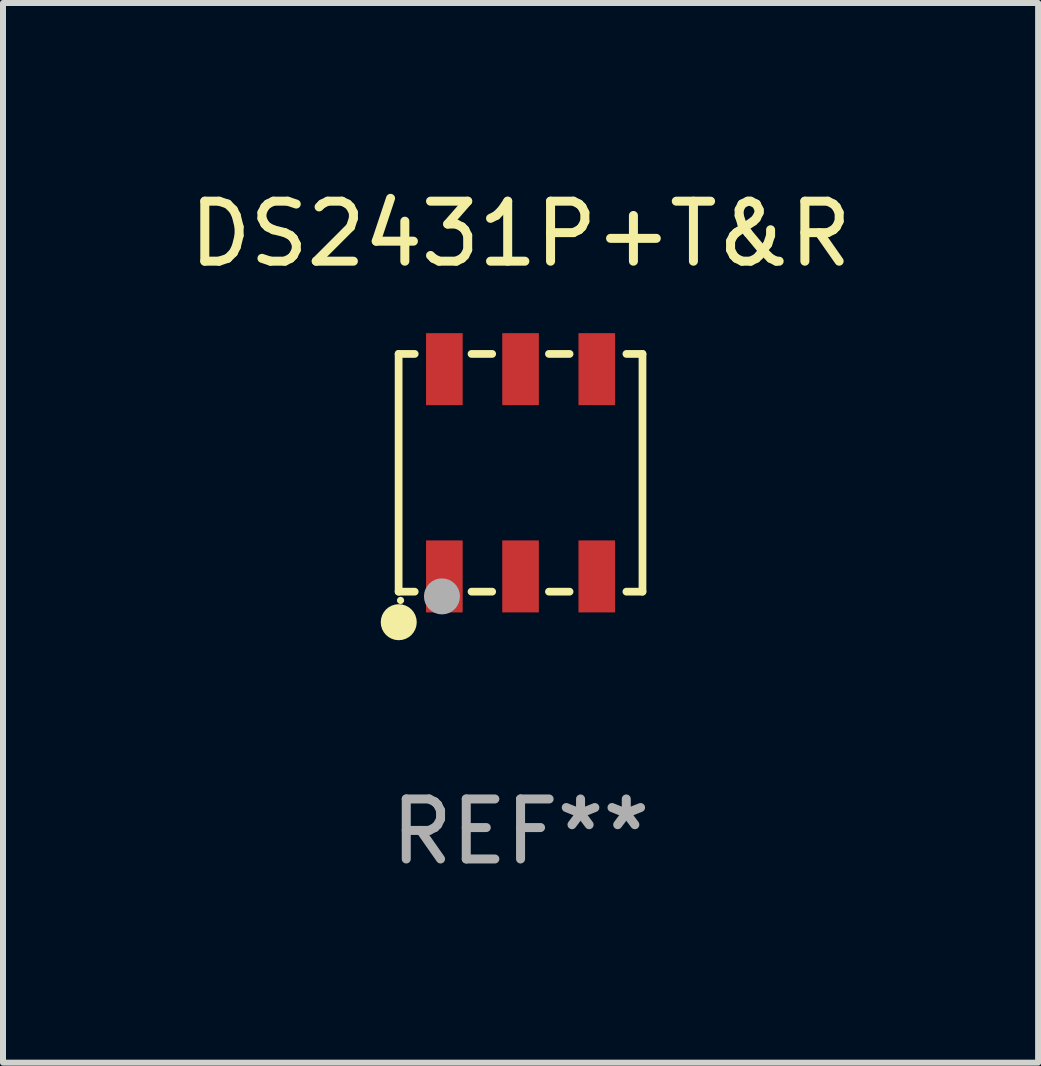
<source format=kicad_pcb>
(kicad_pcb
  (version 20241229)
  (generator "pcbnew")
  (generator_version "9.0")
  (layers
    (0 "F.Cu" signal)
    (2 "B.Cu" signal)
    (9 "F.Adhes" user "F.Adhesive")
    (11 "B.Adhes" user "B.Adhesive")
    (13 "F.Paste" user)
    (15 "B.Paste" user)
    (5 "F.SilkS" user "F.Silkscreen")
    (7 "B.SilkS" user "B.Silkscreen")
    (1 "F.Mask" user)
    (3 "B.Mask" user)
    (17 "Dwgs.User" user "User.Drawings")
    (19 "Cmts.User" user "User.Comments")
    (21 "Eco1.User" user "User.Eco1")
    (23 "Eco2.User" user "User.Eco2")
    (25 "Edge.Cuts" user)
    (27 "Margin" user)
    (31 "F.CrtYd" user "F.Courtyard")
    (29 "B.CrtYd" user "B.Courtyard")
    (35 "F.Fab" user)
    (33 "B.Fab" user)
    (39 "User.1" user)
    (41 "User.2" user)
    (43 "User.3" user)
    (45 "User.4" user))
  (footprint "DS2431P+T&R"
    (layer "F.Cu")
    (at 5.625 4.829)
    (property "Reference" "DS2431P+T&R" (at 0 -3.981 0) (layer "F.SilkS") (effects (font (size 1 1) (thickness 0.15))))
    (attr through_hole)
    (fp_line (start -2.032 -1.981) (end -2.032 1.981) (stroke (width 0.129) (type solid)) (layer "F.SilkS"))
    (fp_line (start -1.764 -1.981) (end -2.032 -1.981) (stroke (width 0.129) (type solid)) (layer "F.SilkS"))
    (fp_line (start -1.764 1.981) (end -2.032 1.981) (stroke (width 0.129) (type solid)) (layer "F.SilkS"))
    (fp_line (start -0.473 -1.981) (end -0.817 -1.981) (stroke (width 0.129) (type solid)) (layer "F.SilkS"))
    (fp_line (start -0.473 1.981) (end -0.817 1.981) (stroke (width 0.129) (type solid)) (layer "F.SilkS"))
    (fp_line (start 0.817 -1.981) (end 0.473 -1.981) (stroke (width 0.129) (type solid)) (layer "F.SilkS"))
    (fp_line (start 0.817 1.981) (end 0.473 1.981) (stroke (width 0.129) (type solid)) (layer "F.SilkS"))
    (fp_line (start 2.032 -1.981) (end 1.764 -1.981) (stroke (width 0.129) (type solid)) (layer "F.SilkS"))
    (fp_line (start 2.032 1.981) (end 1.764 1.981) (stroke (width 0.129) (type solid)) (layer "F.SilkS"))
    (fp_line (start 2.032 1.981) (end 2.032 -1.981) (stroke (width 0.129) (type solid)) (layer "F.SilkS"))
    (fp_circle (center -2.03 2.49) (end -1.88 2.49) (stroke (width 0.3) (type solid)) (fill no) (layer "F.SilkS"))
    (fp_circle (center -2 2.127) (end -1.97 2.127) (stroke (width 0.06) (type solid)) (fill no) (layer "F.SilkS"))
    (fp_circle (center -1.31 2.06) (end -1.16 2.06) (stroke (width 0.3) (type solid)) (fill no) (layer "F.Fab"))
    (fp_text user "REF**" (at 0 5.981 0) (layer "F.Fab") (effects (font (size 1 1) (thickness 0.15))))
    (pad "1" smd rect (at -1.27 1.727) (size 0.61 1.2) (layers "F.Cu" "F.Mask" "F.Paste"))
    (pad "2" smd rect (at 0 1.727) (size 0.61 1.2) (layers "F.Cu" "F.Mask" "F.Paste"))
    (pad "3" smd rect (at 1.27 1.727) (size 0.61 1.2) (layers "F.Cu" "F.Mask" "F.Paste"))
    (pad "4" smd rect (at 1.27 -1.727) (size 0.61 1.2) (layers "F.Cu" "F.Mask" "F.Paste"))
    (pad "5" smd rect (at 0 -1.727) (size 0.61 1.2) (layers "F.Cu" "F.Mask" "F.Paste"))
    (pad "6" smd rect (at -1.27 -1.727) (size 0.61 1.2) (layers "F.Cu" "F.Mask" "F.Paste")))
  (gr_rect
    (start -3 -3)
    (end 14.25 14.659)
    (stroke (width 0.1) (type default))
    (fill no)
    (layer "Edge.Cuts")))
</source>
